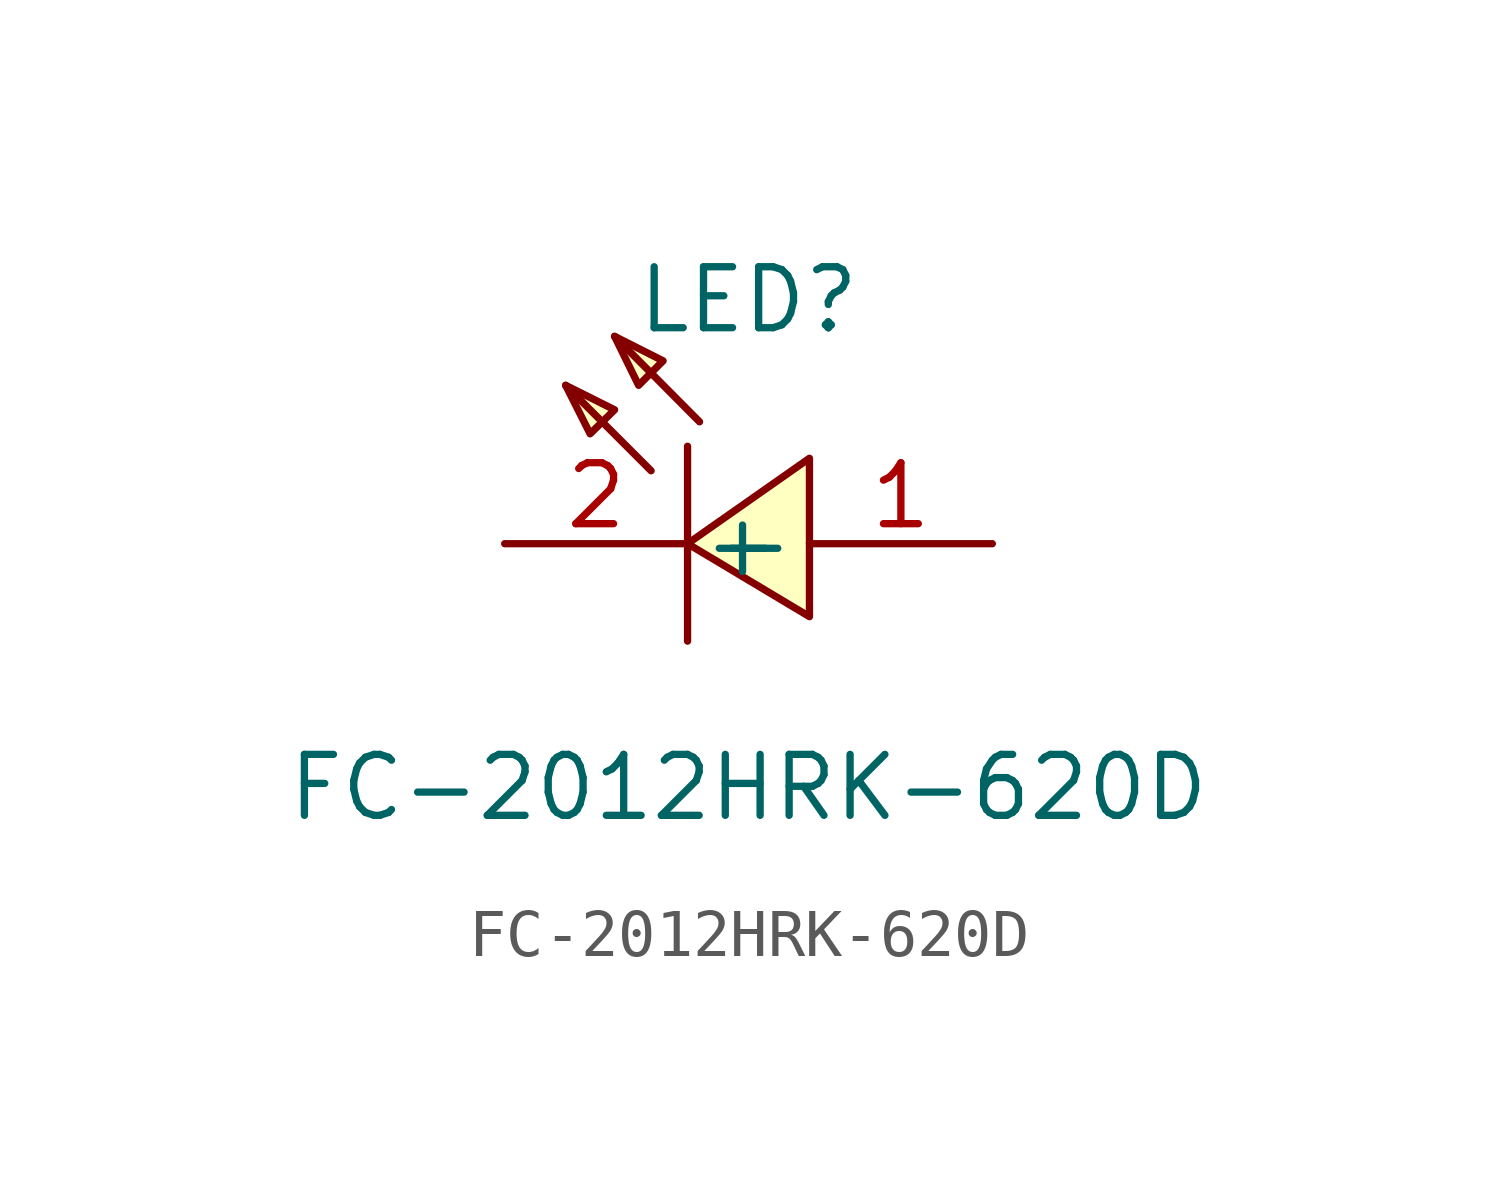
<source format=kicad_sym>
(kicad_symbol_lib
  (version 20241209)
  (generator "kicad_symbol_editor")
  (generator_version "9.0")
  (symbol "FC-2012HRK-620D"
    (property "Reference" "LED"
      (at 0 5.08 0)
      (effects (font (size 1.27 1.27))))
    (property "Value" "FC-2012HRK-620D"
      (at 0 -5.08 0)
      (effects (font (size 1.27 1.27))))
    (symbol "FC-2012HRK-620D_0_1"
      (polyline (pts (xy -3.81 3.3) (xy -2.79 2.79) (xy -3.3 2.29) (xy -3.81 3.3)) (stroke (width 0) (type default)) (fill (type background)))
      (polyline (pts (xy -2.79 4.32) (xy -1.78 3.81) (xy -2.29 3.3) (xy -2.79 4.32)) (stroke (width 0) (type default)) (fill (type background)))
      (polyline (pts (xy -2.03 1.52) (xy -3.81 3.3)) (stroke (width 0) (type default)) (fill (type none)))
      (polyline (pts (xy -1.27 2.03) (xy -1.27 -2.03)) (stroke (width 0) (type default)) (fill (type none)))
      (polyline (pts (xy -1.02 2.54) (xy -2.79 4.32)) (stroke (width 0) (type default)) (fill (type none)))
      (polyline (pts (xy 1.27 -1.52) (xy -1.27 0) (xy 1.27 1.78) (xy 1.27 -1.52)) (stroke (width 0) (type default)) (fill (type background)))
      (pin unspecified line (at -5.08 0 0) (length 3.81) (name "-" (effects (font (size 1.27 1.27)))) (number "2" (effects (font (size 1.27 1.27)))))
      (pin unspecified line (at 5.08 0 180) (length 3.81) (name "+" (effects (font (size 1.27 1.27)))) (number "1" (effects (font (size 1.27 1.27))))))))
</source>
